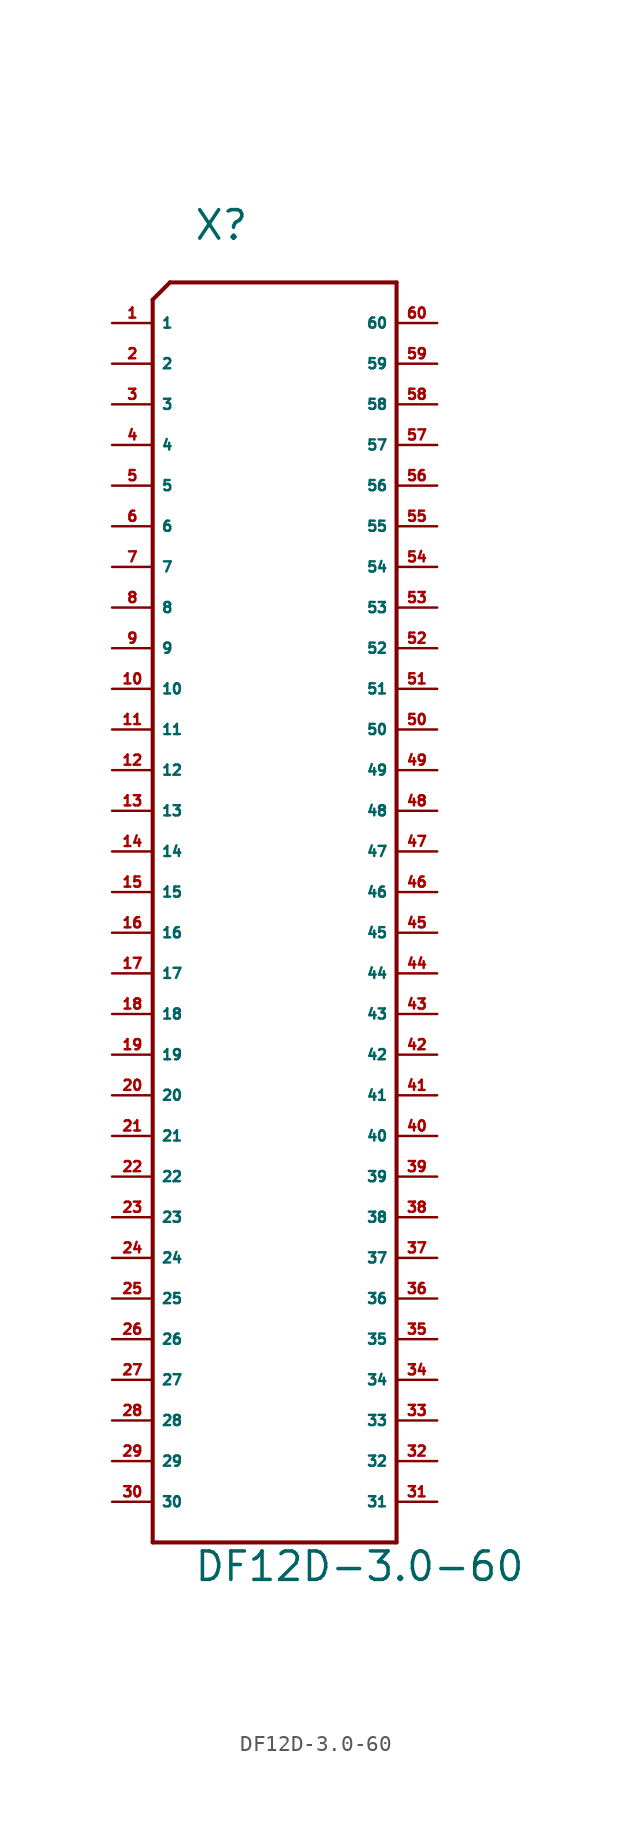
<source format=kicad_sym>
(kicad_symbol_lib
  (version 20220914)
  (generator Eagle2Kicad)
  (symbol "DF12D-3.0-60"
    (property "Reference" "X"
      (at -5.08 33.02 0)
      (effects (font (size 1.778 1.778) (thickness 0.22)) (justify left bottom)))
    (property "Value" "DF12D-3.0-60"
      (at -5.08 -50.8 0)
      (effects (font (size 1.778 1.778) (thickness 0.22)) (justify left bottom)))
    (polyline
      (pts (xy 7.62 -48.26) (xy -7.62 -48.26))
      (stroke (width 0.254) (type default))
      (fill (type none)))
    (polyline
      (pts (xy -7.62 -48.26) (xy -7.62 29.402))
      (stroke (width 0.254) (type default))
      (fill (type none)))
    (polyline
      (pts (xy -7.62 29.402) (xy -6.542 30.48))
      (stroke (width 0.254) (type default))
      (fill (type none)))
    (polyline
      (pts (xy -6.542 30.48) (xy 7.62 30.48))
      (stroke (width 0.254) (type default))
      (fill (type none)))
    (polyline
      (pts (xy 7.62 30.48) (xy 7.62 -48.26))
      (stroke (width 0.254) (type default))
      (fill (type none)))
    (pin bidirectional line
      (at -10.16 27.94 0)
      (length 2.54)
      (name "1" (effects (font (size 0.635 0.635) (thickness 0.08)) (justify left bottom)))
      (number "1" (effects (font (size 0.635 0.635) (thickness 0.08)) (justify left bottom))))
    (pin bidirectional line
      (at -10.16 25.4 0)
      (length 2.54)
      (name "2" (effects (font (size 0.635 0.635) (thickness 0.08)) (justify left bottom)))
      (number "2" (effects (font (size 0.635 0.635) (thickness 0.08)) (justify left bottom))))
    (pin bidirectional line
      (at -10.16 22.86 0)
      (length 2.54)
      (name "3" (effects (font (size 0.635 0.635) (thickness 0.08)) (justify left bottom)))
      (number "3" (effects (font (size 0.635 0.635) (thickness 0.08)) (justify left bottom))))
    (pin bidirectional line
      (at -10.16 20.32 0)
      (length 2.54)
      (name "4" (effects (font (size 0.635 0.635) (thickness 0.08)) (justify left bottom)))
      (number "4" (effects (font (size 0.635 0.635) (thickness 0.08)) (justify left bottom))))
    (pin bidirectional line
      (at -10.16 17.78 0)
      (length 2.54)
      (name "5" (effects (font (size 0.635 0.635) (thickness 0.08)) (justify left bottom)))
      (number "5" (effects (font (size 0.635 0.635) (thickness 0.08)) (justify left bottom))))
    (pin bidirectional line
      (at -10.16 15.24 0)
      (length 2.54)
      (name "6" (effects (font (size 0.635 0.635) (thickness 0.08)) (justify left bottom)))
      (number "6" (effects (font (size 0.635 0.635) (thickness 0.08)) (justify left bottom))))
    (pin bidirectional line
      (at -10.16 12.7 0)
      (length 2.54)
      (name "7" (effects (font (size 0.635 0.635) (thickness 0.08)) (justify left bottom)))
      (number "7" (effects (font (size 0.635 0.635) (thickness 0.08)) (justify left bottom))))
    (pin bidirectional line
      (at -10.16 10.16 0)
      (length 2.54)
      (name "8" (effects (font (size 0.635 0.635) (thickness 0.08)) (justify left bottom)))
      (number "8" (effects (font (size 0.635 0.635) (thickness 0.08)) (justify left bottom))))
    (pin bidirectional line
      (at -10.16 7.62 0)
      (length 2.54)
      (name "9" (effects (font (size 0.635 0.635) (thickness 0.08)) (justify left bottom)))
      (number "9" (effects (font (size 0.635 0.635) (thickness 0.08)) (justify left bottom))))
    (pin bidirectional line
      (at -10.16 5.08 0)
      (length 2.54)
      (name "10" (effects (font (size 0.635 0.635) (thickness 0.08)) (justify left bottom)))
      (number "10" (effects (font (size 0.635 0.635) (thickness 0.08)) (justify left bottom))))
    (pin bidirectional line
      (at -10.16 2.54 0)
      (length 2.54)
      (name "11" (effects (font (size 0.635 0.635) (thickness 0.08)) (justify left bottom)))
      (number "11" (effects (font (size 0.635 0.635) (thickness 0.08)) (justify left bottom))))
    (pin bidirectional line
      (at -10.16 0 0)
      (length 2.54)
      (name "12" (effects (font (size 0.635 0.635) (thickness 0.08)) (justify left bottom)))
      (number "12" (effects (font (size 0.635 0.635) (thickness 0.08)) (justify left bottom))))
    (pin bidirectional line
      (at -10.16 -2.54 0)
      (length 2.54)
      (name "13" (effects (font (size 0.635 0.635) (thickness 0.08)) (justify left bottom)))
      (number "13" (effects (font (size 0.635 0.635) (thickness 0.08)) (justify left bottom))))
    (pin bidirectional line
      (at -10.16 -5.08 0)
      (length 2.54)
      (name "14" (effects (font (size 0.635 0.635) (thickness 0.08)) (justify left bottom)))
      (number "14" (effects (font (size 0.635 0.635) (thickness 0.08)) (justify left bottom))))
    (pin bidirectional line
      (at -10.16 -7.62 0)
      (length 2.54)
      (name "15" (effects (font (size 0.635 0.635) (thickness 0.08)) (justify left bottom)))
      (number "15" (effects (font (size 0.635 0.635) (thickness 0.08)) (justify left bottom))))
    (pin bidirectional line
      (at -10.16 -10.16 0)
      (length 2.54)
      (name "16" (effects (font (size 0.635 0.635) (thickness 0.08)) (justify left bottom)))
      (number "16" (effects (font (size 0.635 0.635) (thickness 0.08)) (justify left bottom))))
    (pin bidirectional line
      (at -10.16 -12.7 0)
      (length 2.54)
      (name "17" (effects (font (size 0.635 0.635) (thickness 0.08)) (justify left bottom)))
      (number "17" (effects (font (size 0.635 0.635) (thickness 0.08)) (justify left bottom))))
    (pin bidirectional line
      (at -10.16 -15.24 0)
      (length 2.54)
      (name "18" (effects (font (size 0.635 0.635) (thickness 0.08)) (justify left bottom)))
      (number "18" (effects (font (size 0.635 0.635) (thickness 0.08)) (justify left bottom))))
    (pin bidirectional line
      (at -10.16 -17.78 0)
      (length 2.54)
      (name "19" (effects (font (size 0.635 0.635) (thickness 0.08)) (justify left bottom)))
      (number "19" (effects (font (size 0.635 0.635) (thickness 0.08)) (justify left bottom))))
    (pin bidirectional line
      (at -10.16 -20.32 0)
      (length 2.54)
      (name "20" (effects (font (size 0.635 0.635) (thickness 0.08)) (justify left bottom)))
      (number "20" (effects (font (size 0.635 0.635) (thickness 0.08)) (justify left bottom))))
    (pin bidirectional line
      (at -10.16 -22.86 0)
      (length 2.54)
      (name "21" (effects (font (size 0.635 0.635) (thickness 0.08)) (justify left bottom)))
      (number "21" (effects (font (size 0.635 0.635) (thickness 0.08)) (justify left bottom))))
    (pin bidirectional line
      (at -10.16 -25.4 0)
      (length 2.54)
      (name "22" (effects (font (size 0.635 0.635) (thickness 0.08)) (justify left bottom)))
      (number "22" (effects (font (size 0.635 0.635) (thickness 0.08)) (justify left bottom))))
    (pin bidirectional line
      (at -10.16 -27.94 0)
      (length 2.54)
      (name "23" (effects (font (size 0.635 0.635) (thickness 0.08)) (justify left bottom)))
      (number "23" (effects (font (size 0.635 0.635) (thickness 0.08)) (justify left bottom))))
    (pin bidirectional line
      (at -10.16 -30.48 0)
      (length 2.54)
      (name "24" (effects (font (size 0.635 0.635) (thickness 0.08)) (justify left bottom)))
      (number "24" (effects (font (size 0.635 0.635) (thickness 0.08)) (justify left bottom))))
    (pin bidirectional line
      (at -10.16 -33.02 0)
      (length 2.54)
      (name "25" (effects (font (size 0.635 0.635) (thickness 0.08)) (justify left bottom)))
      (number "25" (effects (font (size 0.635 0.635) (thickness 0.08)) (justify left bottom))))
    (pin bidirectional line
      (at -10.16 -35.56 0)
      (length 2.54)
      (name "26" (effects (font (size 0.635 0.635) (thickness 0.08)) (justify left bottom)))
      (number "26" (effects (font (size 0.635 0.635) (thickness 0.08)) (justify left bottom))))
    (pin bidirectional line
      (at -10.16 -38.1 0)
      (length 2.54)
      (name "27" (effects (font (size 0.635 0.635) (thickness 0.08)) (justify left bottom)))
      (number "27" (effects (font (size 0.635 0.635) (thickness 0.08)) (justify left bottom))))
    (pin bidirectional line
      (at -10.16 -40.64 0)
      (length 2.54)
      (name "28" (effects (font (size 0.635 0.635) (thickness 0.08)) (justify left bottom)))
      (number "28" (effects (font (size 0.635 0.635) (thickness 0.08)) (justify left bottom))))
    (pin bidirectional line
      (at -10.16 -43.18 0)
      (length 2.54)
      (name "29" (effects (font (size 0.635 0.635) (thickness 0.08)) (justify left bottom)))
      (number "29" (effects (font (size 0.635 0.635) (thickness 0.08)) (justify left bottom))))
    (pin bidirectional line
      (at -10.16 -45.72 0)
      (length 2.54)
      (name "30" (effects (font (size 0.635 0.635) (thickness 0.08)) (justify left bottom)))
      (number "30" (effects (font (size 0.635 0.635) (thickness 0.08)) (justify left bottom))))
    (pin bidirectional line
      (at 10.16 -45.72 180)
      (length 2.54)
      (name "31" (effects (font (size 0.635 0.635) (thickness 0.08)) (justify left bottom)))
      (number "31" (effects (font (size 0.635 0.635) (thickness 0.08)) (justify left bottom))))
    (pin bidirectional line
      (at 10.16 -43.18 180)
      (length 2.54)
      (name "32" (effects (font (size 0.635 0.635) (thickness 0.08)) (justify left bottom)))
      (number "32" (effects (font (size 0.635 0.635) (thickness 0.08)) (justify left bottom))))
    (pin bidirectional line
      (at 10.16 -40.64 180)
      (length 2.54)
      (name "33" (effects (font (size 0.635 0.635) (thickness 0.08)) (justify left bottom)))
      (number "33" (effects (font (size 0.635 0.635) (thickness 0.08)) (justify left bottom))))
    (pin bidirectional line
      (at 10.16 -38.1 180)
      (length 2.54)
      (name "34" (effects (font (size 0.635 0.635) (thickness 0.08)) (justify left bottom)))
      (number "34" (effects (font (size 0.635 0.635) (thickness 0.08)) (justify left bottom))))
    (pin bidirectional line
      (at 10.16 -35.56 180)
      (length 2.54)
      (name "35" (effects (font (size 0.635 0.635) (thickness 0.08)) (justify left bottom)))
      (number "35" (effects (font (size 0.635 0.635) (thickness 0.08)) (justify left bottom))))
    (pin bidirectional line
      (at 10.16 -33.02 180)
      (length 2.54)
      (name "36" (effects (font (size 0.635 0.635) (thickness 0.08)) (justify left bottom)))
      (number "36" (effects (font (size 0.635 0.635) (thickness 0.08)) (justify left bottom))))
    (pin bidirectional line
      (at 10.16 -30.48 180)
      (length 2.54)
      (name "37" (effects (font (size 0.635 0.635) (thickness 0.08)) (justify left bottom)))
      (number "37" (effects (font (size 0.635 0.635) (thickness 0.08)) (justify left bottom))))
    (pin bidirectional line
      (at 10.16 -27.94 180)
      (length 2.54)
      (name "38" (effects (font (size 0.635 0.635) (thickness 0.08)) (justify left bottom)))
      (number "38" (effects (font (size 0.635 0.635) (thickness 0.08)) (justify left bottom))))
    (pin bidirectional line
      (at 10.16 -25.4 180)
      (length 2.54)
      (name "39" (effects (font (size 0.635 0.635) (thickness 0.08)) (justify left bottom)))
      (number "39" (effects (font (size 0.635 0.635) (thickness 0.08)) (justify left bottom))))
    (pin bidirectional line
      (at 10.16 -22.86 180)
      (length 2.54)
      (name "40" (effects (font (size 0.635 0.635) (thickness 0.08)) (justify left bottom)))
      (number "40" (effects (font (size 0.635 0.635) (thickness 0.08)) (justify left bottom))))
    (pin bidirectional line
      (at 10.16 -20.32 180)
      (length 2.54)
      (name "41" (effects (font (size 0.635 0.635) (thickness 0.08)) (justify left bottom)))
      (number "41" (effects (font (size 0.635 0.635) (thickness 0.08)) (justify left bottom))))
    (pin bidirectional line
      (at 10.16 -17.78 180)
      (length 2.54)
      (name "42" (effects (font (size 0.635 0.635) (thickness 0.08)) (justify left bottom)))
      (number "42" (effects (font (size 0.635 0.635) (thickness 0.08)) (justify left bottom))))
    (pin bidirectional line
      (at 10.16 -15.24 180)
      (length 2.54)
      (name "43" (effects (font (size 0.635 0.635) (thickness 0.08)) (justify left bottom)))
      (number "43" (effects (font (size 0.635 0.635) (thickness 0.08)) (justify left bottom))))
    (pin bidirectional line
      (at 10.16 -12.7 180)
      (length 2.54)
      (name "44" (effects (font (size 0.635 0.635) (thickness 0.08)) (justify left bottom)))
      (number "44" (effects (font (size 0.635 0.635) (thickness 0.08)) (justify left bottom))))
    (pin bidirectional line
      (at 10.16 -10.16 180)
      (length 2.54)
      (name "45" (effects (font (size 0.635 0.635) (thickness 0.08)) (justify left bottom)))
      (number "45" (effects (font (size 0.635 0.635) (thickness 0.08)) (justify left bottom))))
    (pin bidirectional line
      (at 10.16 -7.62 180)
      (length 2.54)
      (name "46" (effects (font (size 0.635 0.635) (thickness 0.08)) (justify left bottom)))
      (number "46" (effects (font (size 0.635 0.635) (thickness 0.08)) (justify left bottom))))
    (pin bidirectional line
      (at 10.16 -5.08 180)
      (length 2.54)
      (name "47" (effects (font (size 0.635 0.635) (thickness 0.08)) (justify left bottom)))
      (number "47" (effects (font (size 0.635 0.635) (thickness 0.08)) (justify left bottom))))
    (pin bidirectional line
      (at 10.16 -2.54 180)
      (length 2.54)
      (name "48" (effects (font (size 0.635 0.635) (thickness 0.08)) (justify left bottom)))
      (number "48" (effects (font (size 0.635 0.635) (thickness 0.08)) (justify left bottom))))
    (pin bidirectional line
      (at 10.16 0 180)
      (length 2.54)
      (name "49" (effects (font (size 0.635 0.635) (thickness 0.08)) (justify left bottom)))
      (number "49" (effects (font (size 0.635 0.635) (thickness 0.08)) (justify left bottom))))
    (pin bidirectional line
      (at 10.16 2.54 180)
      (length 2.54)
      (name "50" (effects (font (size 0.635 0.635) (thickness 0.08)) (justify left bottom)))
      (number "50" (effects (font (size 0.635 0.635) (thickness 0.08)) (justify left bottom))))
    (pin bidirectional line
      (at 10.16 5.08 180)
      (length 2.54)
      (name "51" (effects (font (size 0.635 0.635) (thickness 0.08)) (justify left bottom)))
      (number "51" (effects (font (size 0.635 0.635) (thickness 0.08)) (justify left bottom))))
    (pin bidirectional line
      (at 10.16 7.62 180)
      (length 2.54)
      (name "52" (effects (font (size 0.635 0.635) (thickness 0.08)) (justify left bottom)))
      (number "52" (effects (font (size 0.635 0.635) (thickness 0.08)) (justify left bottom))))
    (pin bidirectional line
      (at 10.16 10.16 180)
      (length 2.54)
      (name "53" (effects (font (size 0.635 0.635) (thickness 0.08)) (justify left bottom)))
      (number "53" (effects (font (size 0.635 0.635) (thickness 0.08)) (justify left bottom))))
    (pin bidirectional line
      (at 10.16 12.7 180)
      (length 2.54)
      (name "54" (effects (font (size 0.635 0.635) (thickness 0.08)) (justify left bottom)))
      (number "54" (effects (font (size 0.635 0.635) (thickness 0.08)) (justify left bottom))))
    (pin bidirectional line
      (at 10.16 15.24 180)
      (length 2.54)
      (name "55" (effects (font (size 0.635 0.635) (thickness 0.08)) (justify left bottom)))
      (number "55" (effects (font (size 0.635 0.635) (thickness 0.08)) (justify left bottom))))
    (pin bidirectional line
      (at 10.16 17.78 180)
      (length 2.54)
      (name "56" (effects (font (size 0.635 0.635) (thickness 0.08)) (justify left bottom)))
      (number "56" (effects (font (size 0.635 0.635) (thickness 0.08)) (justify left bottom))))
    (pin bidirectional line
      (at 10.16 20.32 180)
      (length 2.54)
      (name "57" (effects (font (size 0.635 0.635) (thickness 0.08)) (justify left bottom)))
      (number "57" (effects (font (size 0.635 0.635) (thickness 0.08)) (justify left bottom))))
    (pin bidirectional line
      (at 10.16 22.86 180)
      (length 2.54)
      (name "58" (effects (font (size 0.635 0.635) (thickness 0.08)) (justify left bottom)))
      (number "58" (effects (font (size 0.635 0.635) (thickness 0.08)) (justify left bottom))))
    (pin bidirectional line
      (at 10.16 25.4 180)
      (length 2.54)
      (name "59" (effects (font (size 0.635 0.635) (thickness 0.08)) (justify left bottom)))
      (number "59" (effects (font (size 0.635 0.635) (thickness 0.08)) (justify left bottom))))
    (pin bidirectional line
      (at 10.16 27.94 180)
      (length 2.54)
      (name "60" (effects (font (size 0.635 0.635) (thickness 0.08)) (justify left bottom)))
      (number "60" (effects (font (size 0.635 0.635) (thickness 0.08)) (justify left bottom))))))
</source>
